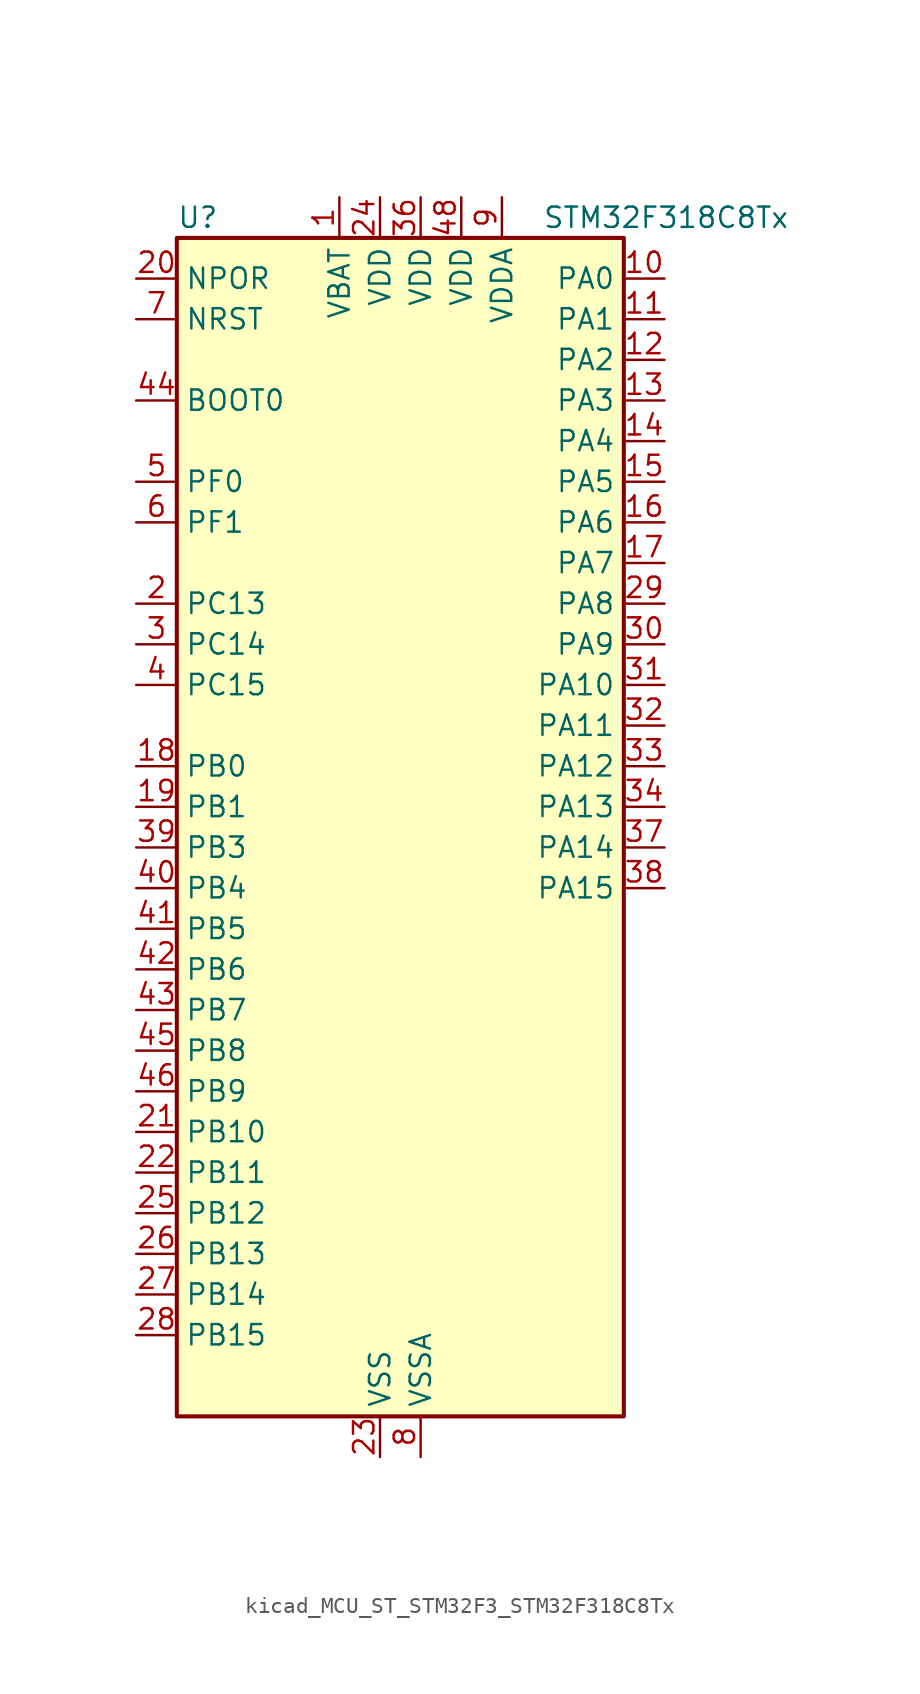
<source format=kicad_sym>
(kicad_symbol_lib
  (version 20220914)
  (generator kicad_symbol_editor)
  (symbol "kicad_MCU_ST_STM32F3_STM32F318C8Tx"
    (property "Reference" "U"
      (at -12.7 39.37 0)
      (effects (font (size 1.27 1.27)) (justify left)))
    (property "Value" "STM32F318C8Tx"
      (at 10.16 39.37 0)
      (effects (font (size 1.27 1.27)) (justify left)))
    (property "ki_locked" ""
      (at 0 0 0)
      (effects (font (size 1.27 1.27))))
    (symbol "kicad_MCU_ST_STM32F3_STM32F318C8Tx_0_1"
      (rectangle (start -12.7 -35.56) (end 15.24 38.1) (stroke (width 0.254) (type default)) (fill (type background))))
    (symbol "kicad_MCU_ST_STM32F3_STM32F318C8Tx_1_1"
      (pin power_in line (at -2.54 40.64 270) (length 2.54) (name "VBAT" (effects (font (size 1.27 1.27)))) (number "1" (effects (font (size 1.27 1.27)))))
      (pin bidirectional line (at 17.78 35.56 180) (length 2.54) (name "PA0" (effects (font (size 1.27 1.27)))) (number "10" (effects (font (size 1.27 1.27)))) (alternate "ADC1_IN1" bidirectional line) (alternate "RTC_TAMP2" bidirectional line) (alternate "SYS_WKUP1" bidirectional line) (alternate "TIM2_CH1" bidirectional line) (alternate "TIM2_ETR" bidirectional line) (alternate "TSC_G1_IO1" bidirectional line) (alternate "USART2_CTS" bidirectional line))
      (pin bidirectional line (at 17.78 33.02 180) (length 2.54) (name "PA1" (effects (font (size 1.27 1.27)))) (number "11" (effects (font (size 1.27 1.27)))) (alternate "ADC1_IN2" bidirectional line) (alternate "RTC_REFIN" bidirectional line) (alternate "TIM15_CH1N" bidirectional line) (alternate "TIM2_CH2" bidirectional line) (alternate "TSC_G1_IO2" bidirectional line) (alternate "USART2_DE" bidirectional line) (alternate "USART2_RTS" bidirectional line))
      (pin bidirectional line (at 17.78 30.48 180) (length 2.54) (name "PA2" (effects (font (size 1.27 1.27)))) (number "12" (effects (font (size 1.27 1.27)))) (alternate "ADC1_IN3" bidirectional line) (alternate "COMP2_INM" bidirectional line) (alternate "COMP2_OUT" bidirectional line) (alternate "TIM15_CH1" bidirectional line) (alternate "TIM2_CH3" bidirectional line) (alternate "TSC_G1_IO3" bidirectional line) (alternate "USART2_TX" bidirectional line))
      (pin bidirectional line (at 17.78 27.94 180) (length 2.54) (name "PA3" (effects (font (size 1.27 1.27)))) (number "13" (effects (font (size 1.27 1.27)))) (alternate "ADC1_IN4" bidirectional line) (alternate "TIM15_CH2" bidirectional line) (alternate "TIM2_CH4" bidirectional line) (alternate "TSC_G1_IO4" bidirectional line) (alternate "USART2_RX" bidirectional line))
      (pin bidirectional line (at 17.78 25.4 180) (length 2.54) (name "PA4" (effects (font (size 1.27 1.27)))) (number "14" (effects (font (size 1.27 1.27)))) (alternate "ADC1_IN5" bidirectional line) (alternate "COMP2_INM" bidirectional line) (alternate "COMP4_INM" bidirectional line) (alternate "COMP6_INM" bidirectional line) (alternate "DAC_OUT1" bidirectional line) (alternate "I2S3_WS" bidirectional line) (alternate "SPI3_NSS" bidirectional line) (alternate "TSC_G2_IO1" bidirectional line) (alternate "USART2_CK" bidirectional line))
      (pin bidirectional line (at 17.78 22.86 180) (length 2.54) (name "PA5" (effects (font (size 1.27 1.27)))) (number "15" (effects (font (size 1.27 1.27)))) (alternate "OPAMP2_VINM" bidirectional line) (alternate "OPAMP2_VINM_SEC" bidirectional line) (alternate "TIM2_CH1" bidirectional line) (alternate "TIM2_ETR" bidirectional line) (alternate "TSC_G2_IO2" bidirectional line))
      (pin bidirectional line (at 17.78 20.32 180) (length 2.54) (name "PA6" (effects (font (size 1.27 1.27)))) (number "16" (effects (font (size 1.27 1.27)))) (alternate "ADC1_IN10" bidirectional line) (alternate "OPAMP2_VOUT" bidirectional line) (alternate "TIM16_CH1" bidirectional line) (alternate "TIM1_BKIN" bidirectional line) (alternate "TSC_G2_IO3" bidirectional line))
      (pin bidirectional line (at 17.78 17.78 180) (length 2.54) (name "PA7" (effects (font (size 1.27 1.27)))) (number "17" (effects (font (size 1.27 1.27)))) (alternate "ADC1_IN15" bidirectional line) (alternate "COMP2_INP" bidirectional line) (alternate "OPAMP2_VINP" bidirectional line) (alternate "OPAMP2_VINP_SEC" bidirectional line) (alternate "TIM17_CH1" bidirectional line) (alternate "TIM1_CH1N" bidirectional line) (alternate "TSC_G2_IO4" bidirectional line))
      (pin bidirectional line (at -15.24 5.08 0) (length 2.54) (name "PB0" (effects (font (size 1.27 1.27)))) (number "18" (effects (font (size 1.27 1.27)))) (alternate "ADC1_IN11" bidirectional line) (alternate "COMP4_INP" bidirectional line) (alternate "OPAMP2_VINP" bidirectional line) (alternate "OPAMP2_VINP_SEC" bidirectional line) (alternate "TIM1_CH2N" bidirectional line) (alternate "TSC_G3_IO2" bidirectional line))
      (pin bidirectional line (at -15.24 2.54 0) (length 2.54) (name "PB1" (effects (font (size 1.27 1.27)))) (number "19" (effects (font (size 1.27 1.27)))) (alternate "ADC1_IN12" bidirectional line) (alternate "COMP4_OUT" bidirectional line) (alternate "TIM1_CH3N" bidirectional line) (alternate "TSC_G3_IO3" bidirectional line))
      (pin bidirectional line (at -15.24 15.24 0) (length 2.54) (name "PC13" (effects (font (size 1.27 1.27)))) (number "2" (effects (font (size 1.27 1.27)))) (alternate "RTC_OUT_ALARM" bidirectional line) (alternate "RTC_OUT_CALIB" bidirectional line) (alternate "RTC_TAMP1" bidirectional line) (alternate "RTC_TS" bidirectional line) (alternate "SYS_WKUP2" bidirectional line) (alternate "TIM1_CH1N" bidirectional line))
      (pin input line (at -15.24 35.56 0) (length 2.54) (name "NPOR" (effects (font (size 1.27 1.27)))) (number "20" (effects (font (size 1.27 1.27)))))
      (pin bidirectional line (at -15.24 -17.78 0) (length 2.54) (name "PB10" (effects (font (size 1.27 1.27)))) (number "21" (effects (font (size 1.27 1.27)))) (alternate "TIM2_CH3" bidirectional line) (alternate "TSC_SYNC" bidirectional line) (alternate "USART3_TX" bidirectional line))
      (pin bidirectional line (at -15.24 -20.32 0) (length 2.54) (name "PB11" (effects (font (size 1.27 1.27)))) (number "22" (effects (font (size 1.27 1.27)))) (alternate "ADC1_EXTI11" bidirectional line) (alternate "ADC1_IN14" bidirectional line) (alternate "COMP6_INP" bidirectional line) (alternate "TIM2_CH4" bidirectional line) (alternate "TSC_G6_IO1" bidirectional line) (alternate "USART3_RX" bidirectional line))
      (pin power_in line (at 0 -38.1 90) (length 2.54) (name "VSS" (effects (font (size 1.27 1.27)))) (number "23" (effects (font (size 1.27 1.27)))))
      (pin power_in line (at 0 40.64 270) (length 2.54) (name "VDD" (effects (font (size 1.27 1.27)))) (number "24" (effects (font (size 1.27 1.27)))))
      (pin bidirectional line (at -15.24 -22.86 0) (length 2.54) (name "PB12" (effects (font (size 1.27 1.27)))) (number "25" (effects (font (size 1.27 1.27)))) (alternate "I2C2_SMBA" bidirectional line) (alternate "I2S2_WS" bidirectional line) (alternate "SPI2_NSS" bidirectional line) (alternate "TIM1_BKIN" bidirectional line) (alternate "TSC_G6_IO2" bidirectional line) (alternate "USART3_CK" bidirectional line))
      (pin bidirectional line (at -15.24 -25.4 0) (length 2.54) (name "PB13" (effects (font (size 1.27 1.27)))) (number "26" (effects (font (size 1.27 1.27)))) (alternate "ADC1_IN13" bidirectional line) (alternate "I2S2_CK" bidirectional line) (alternate "SPI2_SCK" bidirectional line) (alternate "TIM1_CH1N" bidirectional line) (alternate "TSC_G6_IO3" bidirectional line) (alternate "USART3_CTS" bidirectional line))
      (pin bidirectional line (at -15.24 -27.94 0) (length 2.54) (name "PB14" (effects (font (size 1.27 1.27)))) (number "27" (effects (font (size 1.27 1.27)))) (alternate "I2S2_ext_SD" bidirectional line) (alternate "OPAMP2_VINP" bidirectional line) (alternate "OPAMP2_VINP_SEC" bidirectional line) (alternate "SPI2_MISO" bidirectional line) (alternate "TIM15_CH1" bidirectional line) (alternate "TIM1_CH2N" bidirectional line) (alternate "TSC_G6_IO4" bidirectional line) (alternate "USART3_DE" bidirectional line) (alternate "USART3_RTS" bidirectional line))
      (pin bidirectional line (at -15.24 -30.48 0) (length 2.54) (name "PB15" (effects (font (size 1.27 1.27)))) (number "28" (effects (font (size 1.27 1.27)))) (alternate "ADC1_EXTI15" bidirectional line) (alternate "COMP6_INM" bidirectional line) (alternate "I2S2_SD" bidirectional line) (alternate "RTC_REFIN" bidirectional line) (alternate "SPI2_MOSI" bidirectional line) (alternate "TIM15_CH1N" bidirectional line) (alternate "TIM15_CH2" bidirectional line) (alternate "TIM1_CH3N" bidirectional line))
      (pin bidirectional line (at 17.78 15.24 180) (length 2.54) (name "PA8" (effects (font (size 1.27 1.27)))) (number "29" (effects (font (size 1.27 1.27)))) (alternate "I2C2_SMBA" bidirectional line) (alternate "I2C3_SCL" bidirectional line) (alternate "I2S2_MCK" bidirectional line) (alternate "RCC_MCO" bidirectional line) (alternate "TIM1_CH1" bidirectional line) (alternate "USART1_CK" bidirectional line))
      (pin bidirectional line (at -15.24 12.7 0) (length 2.54) (name "PC14" (effects (font (size 1.27 1.27)))) (number "3" (effects (font (size 1.27 1.27)))) (alternate "RCC_OSC32_IN" bidirectional line))
      (pin bidirectional line (at 17.78 12.7 180) (length 2.54) (name "PA9" (effects (font (size 1.27 1.27)))) (number "30" (effects (font (size 1.27 1.27)))) (alternate "DAC_EXTI9" bidirectional line) (alternate "I2C2_SCL" bidirectional line) (alternate "I2C3_SMBA" bidirectional line) (alternate "I2S3_MCK" bidirectional line) (alternate "TIM15_BKIN" bidirectional line) (alternate "TIM1_CH2" bidirectional line) (alternate "TIM2_CH3" bidirectional line) (alternate "TSC_G4_IO1" bidirectional line) (alternate "USART1_TX" bidirectional line))
      (pin bidirectional line (at 17.78 10.16 180) (length 2.54) (name "PA10" (effects (font (size 1.27 1.27)))) (number "31" (effects (font (size 1.27 1.27)))) (alternate "COMP6_OUT" bidirectional line) (alternate "I2C2_SDA" bidirectional line) (alternate "I2S2_ext_SD" bidirectional line) (alternate "SPI2_MISO" bidirectional line) (alternate "TIM17_BKIN" bidirectional line) (alternate "TIM1_CH3" bidirectional line) (alternate "TIM2_CH4" bidirectional line) (alternate "TSC_G4_IO2" bidirectional line) (alternate "USART1_RX" bidirectional line))
      (pin bidirectional line (at 17.78 7.62 180) (length 2.54) (name "PA11" (effects (font (size 1.27 1.27)))) (number "32" (effects (font (size 1.27 1.27)))) (alternate "ADC1_EXTI11" bidirectional line) (alternate "I2S2_SD" bidirectional line) (alternate "SPI2_MOSI" bidirectional line) (alternate "TIM1_BKIN2" bidirectional line) (alternate "TIM1_CH1N" bidirectional line) (alternate "TIM1_CH4" bidirectional line) (alternate "USART1_CTS" bidirectional line))
      (pin bidirectional line (at 17.78 5.08 180) (length 2.54) (name "PA12" (effects (font (size 1.27 1.27)))) (number "33" (effects (font (size 1.27 1.27)))) (alternate "COMP2_OUT" bidirectional line) (alternate "I2S_CKIN" bidirectional line) (alternate "TIM16_CH1" bidirectional line) (alternate "TIM1_CH2N" bidirectional line) (alternate "TIM1_ETR" bidirectional line) (alternate "USART1_DE" bidirectional line) (alternate "USART1_RTS" bidirectional line))
      (pin bidirectional line (at 17.78 2.54 180) (length 2.54) (name "PA13" (effects (font (size 1.27 1.27)))) (number "34" (effects (font (size 1.27 1.27)))) (alternate "IR_OUT" bidirectional line) (alternate "SYS_JTMS-SWDIO" bidirectional line) (alternate "TIM16_CH1N" bidirectional line) (alternate "TSC_G4_IO3" bidirectional line) (alternate "USART3_CTS" bidirectional line))
      (pin passive line (at 0 -38.1 90) (length 2.54) hide (name "VSS" (effects (font (size 1.27 1.27)))) (number "35" (effects (font (size 1.27 1.27)))))
      (pin power_in line (at 2.54 40.64 270) (length 2.54) (name "VDD" (effects (font (size 1.27 1.27)))) (number "36" (effects (font (size 1.27 1.27)))))
      (pin bidirectional line (at 17.78 0 180) (length 2.54) (name "PA14" (effects (font (size 1.27 1.27)))) (number "37" (effects (font (size 1.27 1.27)))) (alternate "I2C1_SDA" bidirectional line) (alternate "SYS_JTCK-SWCLK" bidirectional line) (alternate "TIM1_BKIN" bidirectional line) (alternate "TSC_G4_IO4" bidirectional line) (alternate "USART2_TX" bidirectional line))
      (pin bidirectional line (at 17.78 -2.54 180) (length 2.54) (name "PA15" (effects (font (size 1.27 1.27)))) (number "38" (effects (font (size 1.27 1.27)))) (alternate "ADC1_EXTI15" bidirectional line) (alternate "I2C1_SCL" bidirectional line) (alternate "I2S3_WS" bidirectional line) (alternate "SPI3_NSS" bidirectional line) (alternate "SYS_JTDI" bidirectional line) (alternate "TIM1_BKIN" bidirectional line) (alternate "TIM2_CH1" bidirectional line) (alternate "TIM2_ETR" bidirectional line) (alternate "TSC_SYNC" bidirectional line) (alternate "USART2_RX" bidirectional line))
      (pin bidirectional line (at -15.24 0 0) (length 2.54) (name "PB3" (effects (font (size 1.27 1.27)))) (number "39" (effects (font (size 1.27 1.27)))) (alternate "I2S3_CK" bidirectional line) (alternate "SPI3_SCK" bidirectional line) (alternate "SYS_JTDO-TRACESWO" bidirectional line) (alternate "TIM2_CH2" bidirectional line) (alternate "TSC_G5_IO1" bidirectional line) (alternate "USART2_TX" bidirectional line))
      (pin bidirectional line (at -15.24 10.16 0) (length 2.54) (name "PC15" (effects (font (size 1.27 1.27)))) (number "4" (effects (font (size 1.27 1.27)))) (alternate "ADC1_EXTI15" bidirectional line) (alternate "RCC_OSC32_OUT" bidirectional line))
      (pin bidirectional line (at -15.24 -2.54 0) (length 2.54) (name "PB4" (effects (font (size 1.27 1.27)))) (number "40" (effects (font (size 1.27 1.27)))) (alternate "I2S3_ext_SD" bidirectional line) (alternate "SPI3_MISO" bidirectional line) (alternate "SYS_NJTRST" bidirectional line) (alternate "TIM16_CH1" bidirectional line) (alternate "TIM17_BKIN" bidirectional line) (alternate "TSC_G5_IO2" bidirectional line) (alternate "USART2_RX" bidirectional line))
      (pin bidirectional line (at -15.24 -5.08 0) (length 2.54) (name "PB5" (effects (font (size 1.27 1.27)))) (number "41" (effects (font (size 1.27 1.27)))) (alternate "I2C1_SMBA" bidirectional line) (alternate "I2C3_SDA" bidirectional line) (alternate "I2S3_SD" bidirectional line) (alternate "SPI3_MOSI" bidirectional line) (alternate "TIM16_BKIN" bidirectional line) (alternate "TIM17_CH1" bidirectional line) (alternate "USART2_CK" bidirectional line))
      (pin bidirectional line (at -15.24 -7.62 0) (length 2.54) (name "PB6" (effects (font (size 1.27 1.27)))) (number "42" (effects (font (size 1.27 1.27)))) (alternate "I2C1_SCL" bidirectional line) (alternate "TIM16_CH1N" bidirectional line) (alternate "TSC_G5_IO3" bidirectional line) (alternate "USART1_TX" bidirectional line))
      (pin bidirectional line (at -15.24 -10.16 0) (length 2.54) (name "PB7" (effects (font (size 1.27 1.27)))) (number "43" (effects (font (size 1.27 1.27)))) (alternate "I2C1_SDA" bidirectional line) (alternate "TIM17_CH1N" bidirectional line) (alternate "TSC_G5_IO4" bidirectional line) (alternate "USART1_RX" bidirectional line))
      (pin input line (at -15.24 27.94 0) (length 2.54) (name "BOOT0" (effects (font (size 1.27 1.27)))) (number "44" (effects (font (size 1.27 1.27)))))
      (pin bidirectional line (at -15.24 -12.7 0) (length 2.54) (name "PB8" (effects (font (size 1.27 1.27)))) (number "45" (effects (font (size 1.27 1.27)))) (alternate "I2C1_SCL" bidirectional line) (alternate "TIM16_CH1" bidirectional line) (alternate "TIM1_BKIN" bidirectional line) (alternate "TSC_SYNC" bidirectional line) (alternate "USART3_RX" bidirectional line))
      (pin bidirectional line (at -15.24 -15.24 0) (length 2.54) (name "PB9" (effects (font (size 1.27 1.27)))) (number "46" (effects (font (size 1.27 1.27)))) (alternate "COMP2_OUT" bidirectional line) (alternate "DAC_EXTI9" bidirectional line) (alternate "I2C1_SDA" bidirectional line) (alternate "IR_OUT" bidirectional line) (alternate "TIM17_CH1" bidirectional line) (alternate "USART3_TX" bidirectional line))
      (pin passive line (at 0 -38.1 90) (length 2.54) hide (name "VSS" (effects (font (size 1.27 1.27)))) (number "47" (effects (font (size 1.27 1.27)))))
      (pin power_in line (at 5.08 40.64 270) (length 2.54) (name "VDD" (effects (font (size 1.27 1.27)))) (number "48" (effects (font (size 1.27 1.27)))))
      (pin bidirectional line (at -15.24 22.86 0) (length 2.54) (name "PF0" (effects (font (size 1.27 1.27)))) (number "5" (effects (font (size 1.27 1.27)))) (alternate "I2C2_SDA" bidirectional line) (alternate "I2S2_WS" bidirectional line) (alternate "RCC_OSC_IN" bidirectional line) (alternate "SPI2_NSS" bidirectional line) (alternate "TIM1_CH3N" bidirectional line))
      (pin bidirectional line (at -15.24 20.32 0) (length 2.54) (name "PF1" (effects (font (size 1.27 1.27)))) (number "6" (effects (font (size 1.27 1.27)))) (alternate "I2C2_SCL" bidirectional line) (alternate "I2S2_CK" bidirectional line) (alternate "RCC_OSC_OUT" bidirectional line) (alternate "SPI2_SCK" bidirectional line))
      (pin input line (at -15.24 33.02 0) (length 2.54) (name "NRST" (effects (font (size 1.27 1.27)))) (number "7" (effects (font (size 1.27 1.27)))))
      (pin power_in line (at 2.54 -38.1 90) (length 2.54) (name "VSSA" (effects (font (size 1.27 1.27)))) (number "8" (effects (font (size 1.27 1.27)))))
      (pin power_in line (at 7.62 40.64 270) (length 2.54) (name "VDDA" (effects (font (size 1.27 1.27)))) (number "9" (effects (font (size 1.27 1.27))))))))
</source>
